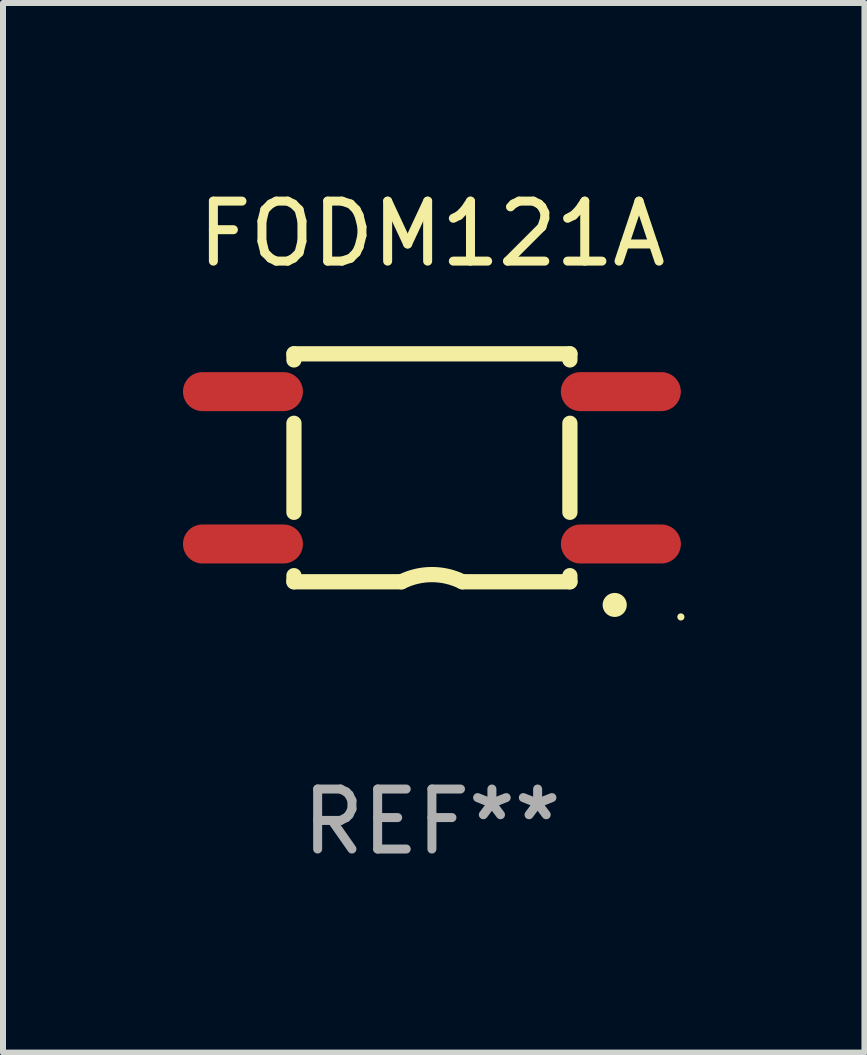
<source format=kicad_pcb>
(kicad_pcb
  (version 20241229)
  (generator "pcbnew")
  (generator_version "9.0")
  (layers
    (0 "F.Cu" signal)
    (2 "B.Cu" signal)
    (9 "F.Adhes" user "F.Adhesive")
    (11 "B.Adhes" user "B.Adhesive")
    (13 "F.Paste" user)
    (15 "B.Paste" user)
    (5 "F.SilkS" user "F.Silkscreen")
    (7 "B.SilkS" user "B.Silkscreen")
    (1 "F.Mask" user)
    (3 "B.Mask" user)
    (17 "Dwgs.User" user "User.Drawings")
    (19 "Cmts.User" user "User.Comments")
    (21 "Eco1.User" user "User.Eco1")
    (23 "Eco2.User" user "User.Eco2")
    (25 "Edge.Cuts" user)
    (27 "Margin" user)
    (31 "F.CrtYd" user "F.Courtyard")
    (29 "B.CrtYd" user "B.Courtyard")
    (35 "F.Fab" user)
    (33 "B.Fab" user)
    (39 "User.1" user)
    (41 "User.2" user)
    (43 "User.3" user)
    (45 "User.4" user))
  (footprint "FODM121A"
    (layer "F.Cu")
    (at 4.15 4.748)
    (property "Reference" "FODM121A" (at 0 -3.9 0) (layer "F.SilkS") (effects (font (size 1 1) (thickness 0.15))))
    (attr through_hole)
    (fp_line (start -2.3 -1.9) (end 2.3 -1.9) (stroke (width 0.254) (type solid)) (layer "F.SilkS"))
    (fp_line (start -2.3 -1.798) (end -2.3 -1.9) (stroke (width 0.254) (type solid)) (layer "F.SilkS"))
    (fp_line (start -2.3 0.742) (end -2.3 -0.742) (stroke (width 0.254) (type solid)) (layer "F.SilkS"))
    (fp_line (start -2.3 1.9) (end -2.3 1.798) (stroke (width 0.254) (type solid)) (layer "F.SilkS"))
    (fp_line (start -2.3 1.9) (end -0.508 1.9) (stroke (width 0.254) (type solid)) (layer "F.SilkS"))
    (fp_line (start 2.3 -1.798) (end 2.3 -1.9) (stroke (width 0.254) (type solid)) (layer "F.SilkS"))
    (fp_line (start 2.3 0.742) (end 2.3 -0.742) (stroke (width 0.254) (type solid)) (layer "F.SilkS"))
    (fp_line (start 2.3 1.9) (end 0.508 1.9) (stroke (width 0.254) (type solid)) (layer "F.SilkS"))
    (fp_line (start 2.3 1.9) (end 2.3 1.798) (stroke (width 0.254) (type solid)) (layer "F.SilkS"))
    (fp_arc (start -0.508001 1.899975) (mid -0.000133 1.780049) (end 0.507747 1.899924) (stroke (width 0.254001) (type solid)) (layer "F.SilkS"))
    (fp_arc (start 3.045466 2.286005) (mid 3.046736 2.286) (end 3.048006 2.286005) (stroke (width 0.4) (type solid)) (layer "F.SilkS"))
    (fp_circle (center 4.15 2.486) (end 4.18 2.486) (stroke (width 0.06) (type solid)) (fill no) (layer "F.SilkS"))
    (fp_text user "REF**" (at 0 5.9 0) (layer "F.Fab") (effects (font (size 1 1) (thickness 0.15))))
    (pad "1" smd oval (at 3.15 1.27 270) (size 0.65 2) (layers "F.Cu" "F.Mask" "F.Paste"))
    (pad "2" smd oval (at 3.149 -1.27 270) (size 0.65 2) (layers "F.Cu" "F.Mask" "F.Paste"))
    (pad "3" smd oval (at -3.15 -1.27 270) (size 0.65 2) (layers "F.Cu" "F.Mask" "F.Paste"))
    (pad "4" smd oval (at -3.15 1.27 270) (size 0.65 2) (layers "F.Cu" "F.Mask" "F.Paste")))
  (gr_rect
    (start -3 -3)
    (end 11.36 14.496)
    (stroke (width 0.1) (type default))
    (fill no)
    (layer "Edge.Cuts")))
</source>
